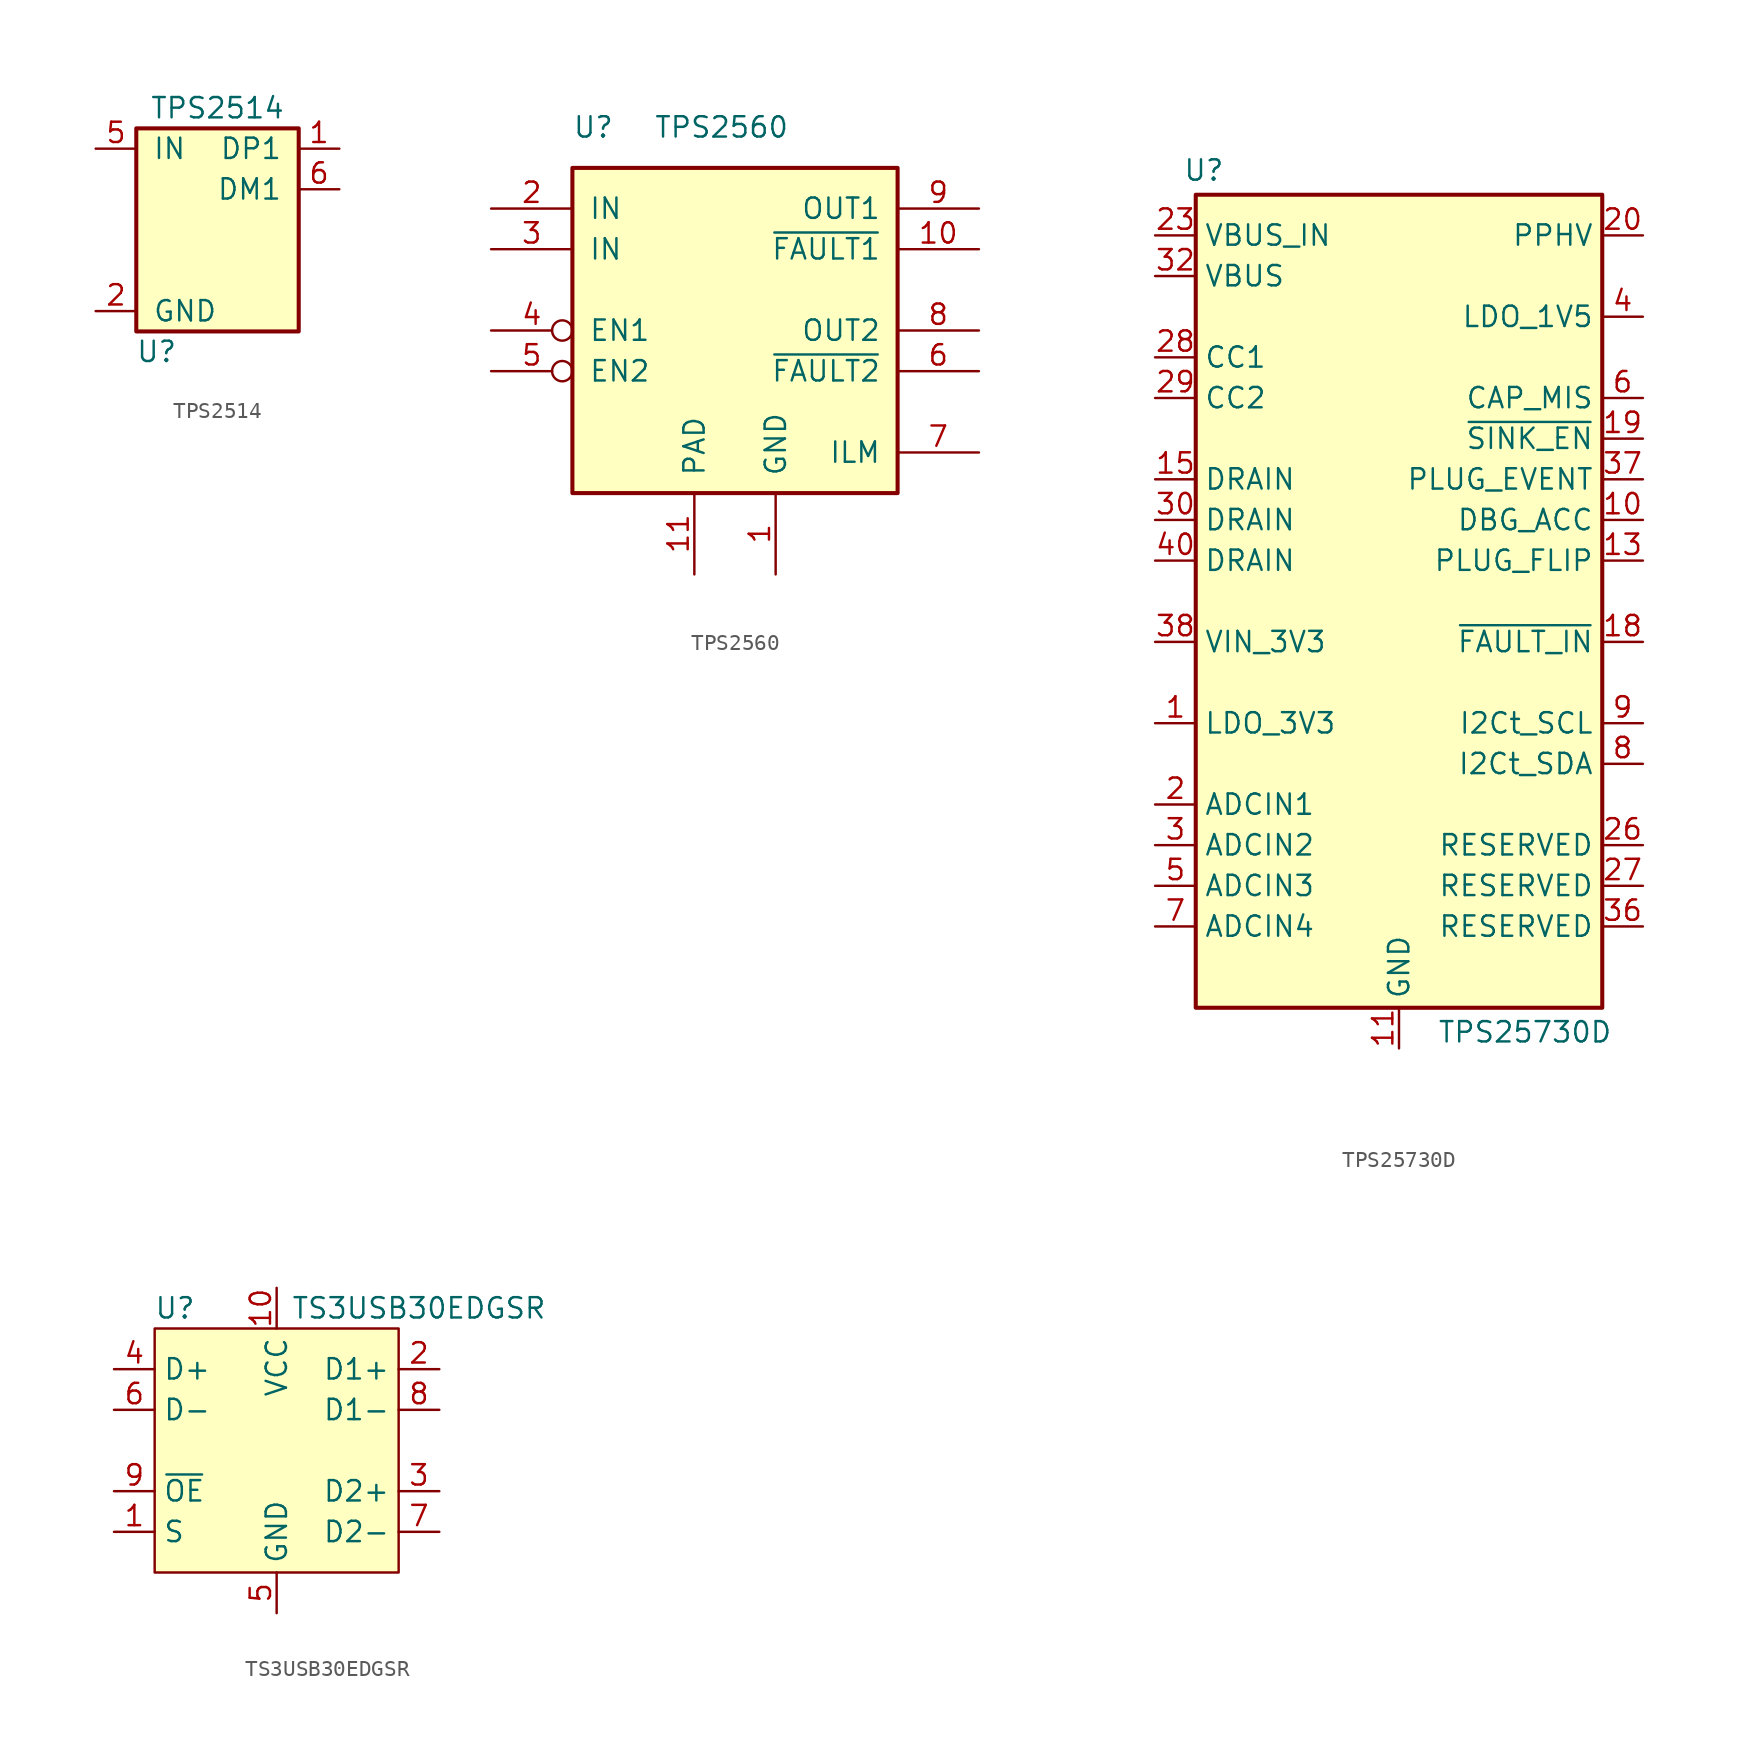
<source format=kicad_sym>
(kicad_symbol_lib
  (version 20241209)
  (generator "kicad_symbol_editor")
  (generator_version "9.0")
  (symbol "TPS2514"
    (pin_names
      (offset 1.016))
    (property "Reference" "U"
      (at -3.81 -7.62 0)
      (effects (font (size 1.27 1.27))))
    (property "Value" "TPS2514"
      (at 0 7.62 0)
      (effects (font (size 1.27 1.27))))
    (symbol "TPS2514_0_1"
      (rectangle (start -5.08 6.35) (end 5.08 -6.35) (stroke (width 0.254) (type default)) (fill (type background))))
    (symbol "TPS2514_1_1"
      (pin power_in line (at -7.62 5.08 0) (length 2.54) (name "IN" (effects (font (size 1.27 1.27)))) (number "5" (effects (font (size 1.27 1.27)))))
      (pin power_in line (at -7.62 -5.08 0) (length 2.54) (name "GND" (effects (font (size 1.27 1.27)))) (number "2" (effects (font (size 1.27 1.27)))))
      (pin no_connect line (at 5.08 -2.54 180) (length 2.54) (hide yes) (name "NC" (effects (font (size 1.27 1.27)))) (number "3" (effects (font (size 1.27 1.27)))))
      (pin no_connect line (at 5.08 -5.08 180) (length 2.54) (hide yes) (name "NC" (effects (font (size 1.27 1.27)))) (number "4" (effects (font (size 1.27 1.27)))))
      (pin input line (at 7.62 5.08 180) (length 2.54) (name "DP1" (effects (font (size 1.27 1.27)))) (number "1" (effects (font (size 1.27 1.27)))))
      (pin input line (at 7.62 2.54 180) (length 2.54) (name "DM1" (effects (font (size 1.27 1.27)))) (number "6" (effects (font (size 1.27 1.27)))))))
  (symbol "TPS2560"
    (pin_names
      (offset 1.016))
    (property "Reference" "U"
      (at -10.16 12.7 0)
      (effects (font (size 1.27 1.27)) (justify left)))
    (property "Value" "TPS2560"
      (at -5.08 12.7 0)
      (effects (font (size 1.27 1.27)) (justify left)))
    (symbol "TPS2560_0_1"
      (rectangle (start -10.16 10.16) (end 10.16 -10.16) (stroke (width 0.254) (type default)) (fill (type background))))
    (symbol "TPS2560_1_1"
      (pin power_in line (at -15.24 7.62 0) (length 5.08) (name "IN" (effects (font (size 1.27 1.27)))) (number "2" (effects (font (size 1.27 1.27)))))
      (pin power_in line (at -15.24 5.08 0) (length 5.08) (name "IN" (effects (font (size 1.27 1.27)))) (number "3" (effects (font (size 1.27 1.27)))))
      (pin input inverted (at -15.24 0 0) (length 5.08) (name "EN1" (effects (font (size 1.27 1.27)))) (number "4" (effects (font (size 1.27 1.27)))))
      (pin input inverted (at -15.24 -2.54 0) (length 5.08) (name "EN2" (effects (font (size 1.27 1.27)))) (number "5" (effects (font (size 1.27 1.27)))))
      (pin power_in line (at -2.54 -15.24 90) (length 5.08) (name "PAD" (effects (font (size 1.27 1.27)))) (number "11" (effects (font (size 1.27 1.27)))))
      (pin power_in line (at 2.54 -15.24 90) (length 5.08) (name "GND" (effects (font (size 1.27 1.27)))) (number "1" (effects (font (size 1.27 1.27)))))
      (pin output line (at 15.24 7.62 180) (length 5.08) (name "OUT1" (effects (font (size 1.27 1.27)))) (number "9" (effects (font (size 1.27 1.27)))))
      (pin output line (at 15.24 5.08 180) (length 5.08) (name "~{FAULT1}" (effects (font (size 1.27 1.27)))) (number "10" (effects (font (size 1.27 1.27)))))
      (pin output line (at 15.24 0 180) (length 5.08) (name "OUT2" (effects (font (size 1.27 1.27)))) (number "8" (effects (font (size 1.27 1.27)))))
      (pin output line (at 15.24 -2.54 180) (length 5.08) (name "~{FAULT2}" (effects (font (size 1.27 1.27)))) (number "6" (effects (font (size 1.27 1.27)))))
      (pin output line (at 15.24 -7.62 180) (length 5.08) (name "ILM" (effects (font (size 1.27 1.27)))) (number "7" (effects (font (size 1.27 1.27)))))))
  (symbol "TPS25730D"
    (property "Reference" "U"
      (at -12.192 26.924 0)
      (effects (font (size 1.27 1.27))))
    (property "Value" "TPS25730D"
      (at 7.874 -26.924 0)
      (effects (font (size 1.27 1.27))))
    (symbol "TPS25730D_1_1"
      (rectangle (start -12.7 25.4) (end 12.7 -25.4) (stroke (width 0.254) (type default)) (fill (type background)))
      (pin power_in line (at -15.24 22.86 0) (length 2.54) (name "VBUS_IN" (effects (font (size 1.27 1.27)))) (number "23" (effects (font (size 1.27 1.27)))))
      (pin power_in line (at -15.24 20.32 0) (length 2.54) (name "VBUS" (effects (font (size 1.27 1.27)))) (number "32" (effects (font (size 1.27 1.27)))))
      (pin bidirectional line (at -15.24 15.24 0) (length 2.54) (name "CC1" (effects (font (size 1.27 1.27)))) (number "28" (effects (font (size 1.27 1.27)))))
      (pin bidirectional line (at -15.24 12.7 0) (length 2.54) (name "CC2" (effects (font (size 1.27 1.27)))) (number "29" (effects (font (size 1.27 1.27)))))
      (pin passive line (at -15.24 7.62 0) (length 2.54) (name "DRAIN" (effects (font (size 1.27 1.27)))) (number "15" (effects (font (size 1.27 1.27)))))
      (pin passive line (at -15.24 5.08 0) (length 2.54) (name "DRAIN" (effects (font (size 1.27 1.27)))) (number "30" (effects (font (size 1.27 1.27)))))
      (pin passive line (at -15.24 2.54 0) (length 2.54) (name "DRAIN" (effects (font (size 1.27 1.27)))) (number "40" (effects (font (size 1.27 1.27)))))
      (pin power_in line (at -15.24 -2.54 0) (length 2.54) (name "VIN_3V3" (effects (font (size 1.27 1.27)))) (number "38" (effects (font (size 1.27 1.27)))))
      (pin power_out line (at -15.24 -7.62 0) (length 2.54) (name "LDO_3V3" (effects (font (size 1.27 1.27)))) (number "1" (effects (font (size 1.27 1.27)))))
      (pin input line (at -15.24 -12.7 0) (length 2.54) (name "ADCIN1" (effects (font (size 1.27 1.27)))) (number "2" (effects (font (size 1.27 1.27)))))
      (pin input line (at -15.24 -15.24 0) (length 2.54) (name "ADCIN2" (effects (font (size 1.27 1.27)))) (number "3" (effects (font (size 1.27 1.27)))))
      (pin input line (at -15.24 -17.78 0) (length 2.54) (name "ADCIN3" (effects (font (size 1.27 1.27)))) (number "5" (effects (font (size 1.27 1.27)))))
      (pin input line (at -15.24 -20.32 0) (length 2.54) (name "ADCIN4" (effects (font (size 1.27 1.27)))) (number "7" (effects (font (size 1.27 1.27)))))
      (pin power_in line (at 0 -27.94 90) (length 2.54) (name "GND" (effects (font (size 1.27 1.27)))) (number "11" (effects (font (size 1.27 1.27)))))
      (pin passive line (at 0 -27.94 90) (length 2.54) (hide yes) (name "GND" (effects (font (size 1.27 1.27)))) (number "12" (effects (font (size 1.27 1.27)))))
      (pin passive line (at 0 -27.94 90) (length 2.54) (hide yes) (name "GND" (effects (font (size 1.27 1.27)))) (number "14" (effects (font (size 1.27 1.27)))))
      (pin passive line (at 0 -27.94 90) (length 2.54) (hide yes) (name "GND" (effects (font (size 1.27 1.27)))) (number "16" (effects (font (size 1.27 1.27)))))
      (pin passive line (at 0 -27.94 90) (length 2.54) (hide yes) (name "GND" (effects (font (size 1.27 1.27)))) (number "17" (effects (font (size 1.27 1.27)))))
      (pin passive line (at 0 -27.94 90) (length 2.54) (hide yes) (name "GND" (effects (font (size 1.27 1.27)))) (number "31" (effects (font (size 1.27 1.27)))))
      (pin passive line (at 0 -27.94 90) (length 2.54) (hide yes) (name "GND" (effects (font (size 1.27 1.27)))) (number "34" (effects (font (size 1.27 1.27)))))
      (pin passive line (at 0 -27.94 90) (length 2.54) (hide yes) (name "GND" (effects (font (size 1.27 1.27)))) (number "39" (effects (font (size 1.27 1.27)))))
      (pin bidirectional line (at 15.24 22.86 180) (length 2.54) (name "PPHV" (effects (font (size 1.27 1.27)))) (number "20" (effects (font (size 1.27 1.27)))))
      (pin output line (at 15.24 17.78 180) (length 2.54) (name "LDO_1V5" (effects (font (size 1.27 1.27)))) (number "4" (effects (font (size 1.27 1.27)))))
      (pin open_collector line (at 15.24 12.7 180) (length 2.54) (name "CAP_MIS" (effects (font (size 1.27 1.27)))) (number "6" (effects (font (size 1.27 1.27)))))
      (pin open_collector line (at 15.24 10.16 180) (length 2.54) (name "~{SINK_EN}" (effects (font (size 1.27 1.27)))) (number "19" (effects (font (size 1.27 1.27)))))
      (pin open_collector line (at 15.24 7.62 180) (length 2.54) (name "PLUG_EVENT" (effects (font (size 1.27 1.27)))) (number "37" (effects (font (size 1.27 1.27)))))
      (pin open_collector line (at 15.24 5.08 180) (length 2.54) (name "DBG_ACC" (effects (font (size 1.27 1.27)))) (number "10" (effects (font (size 1.27 1.27)))))
      (pin open_collector line (at 15.24 2.54 180) (length 2.54) (name "PLUG_FLIP" (effects (font (size 1.27 1.27)))) (number "13" (effects (font (size 1.27 1.27)))))
      (pin input line (at 15.24 -2.54 180) (length 2.54) (name "~{FAULT_IN}" (effects (font (size 1.27 1.27)))) (number "18" (effects (font (size 1.27 1.27)))))
      (pin input line (at 15.24 -7.62 180) (length 2.54) (name "I2Ct_SCL" (effects (font (size 1.27 1.27)))) (number "9" (effects (font (size 1.27 1.27)))))
      (pin bidirectional line (at 15.24 -10.16 180) (length 2.54) (name "I2Ct_SDA" (effects (font (size 1.27 1.27)))) (number "8" (effects (font (size 1.27 1.27)))))
      (pin input line (at 15.24 -15.24 180) (length 2.54) (name "RESERVED" (effects (font (size 1.27 1.27)))) (number "26" (effects (font (size 1.27 1.27)))))
      (pin input line (at 15.24 -17.78 180) (length 2.54) (name "RESERVED" (effects (font (size 1.27 1.27)))) (number "27" (effects (font (size 1.27 1.27)))))
      (pin input line (at 15.24 -20.32 180) (length 2.54) (name "RESERVED" (effects (font (size 1.27 1.27)))) (number "36" (effects (font (size 1.27 1.27)))))))
  (symbol "TS3USB30EDGSR"
    (property "Reference" "U"
      (at -6.35 8.89 0)
      (effects (font (size 1.27 1.27))))
    (property "Value" "TS3USB30EDGSR"
      (at 8.89 8.89 0)
      (effects (font (size 1.27 1.27))))
    (symbol "TS3USB30EDGSR_1_1"
      (rectangle (start -7.62 7.62) (end 7.62 -7.62) (stroke (width 0) (type default)) (fill (type background)))
      (pin bidirectional line (at -10.16 5.08 0) (length 2.54) (name "D+" (effects (font (size 1.27 1.27)))) (number "4" (effects (font (size 1.27 1.27)))))
      (pin bidirectional line (at -10.16 2.54 0) (length 2.54) (name "D-" (effects (font (size 1.27 1.27)))) (number "6" (effects (font (size 1.27 1.27)))))
      (pin input line (at -10.16 -2.54 0) (length 2.54) (name "~{OE}" (effects (font (size 1.27 1.27)))) (number "9" (effects (font (size 1.27 1.27)))))
      (pin input line (at -10.16 -5.08 0) (length 2.54) (name "S" (effects (font (size 1.27 1.27)))) (number "1" (effects (font (size 1.27 1.27)))))
      (pin power_in line (at 0 10.16 270) (length 2.54) (name "VCC" (effects (font (size 1.27 1.27)))) (number "10" (effects (font (size 1.27 1.27)))))
      (pin power_in line (at 0 -10.16 90) (length 2.54) (name "GND" (effects (font (size 1.27 1.27)))) (number "5" (effects (font (size 1.27 1.27)))))
      (pin bidirectional line (at 10.16 5.08 180) (length 2.54) (name "D1+" (effects (font (size 1.27 1.27)))) (number "2" (effects (font (size 1.27 1.27)))))
      (pin bidirectional line (at 10.16 2.54 180) (length 2.54) (name "D1-" (effects (font (size 1.27 1.27)))) (number "8" (effects (font (size 1.27 1.27)))))
      (pin bidirectional line (at 10.16 -2.54 180) (length 2.54) (name "D2+" (effects (font (size 1.27 1.27)))) (number "3" (effects (font (size 1.27 1.27)))))
      (pin bidirectional line (at 10.16 -5.08 180) (length 2.54) (name "D2-" (effects (font (size 1.27 1.27)))) (number "7" (effects (font (size 1.27 1.27))))))))
</source>
